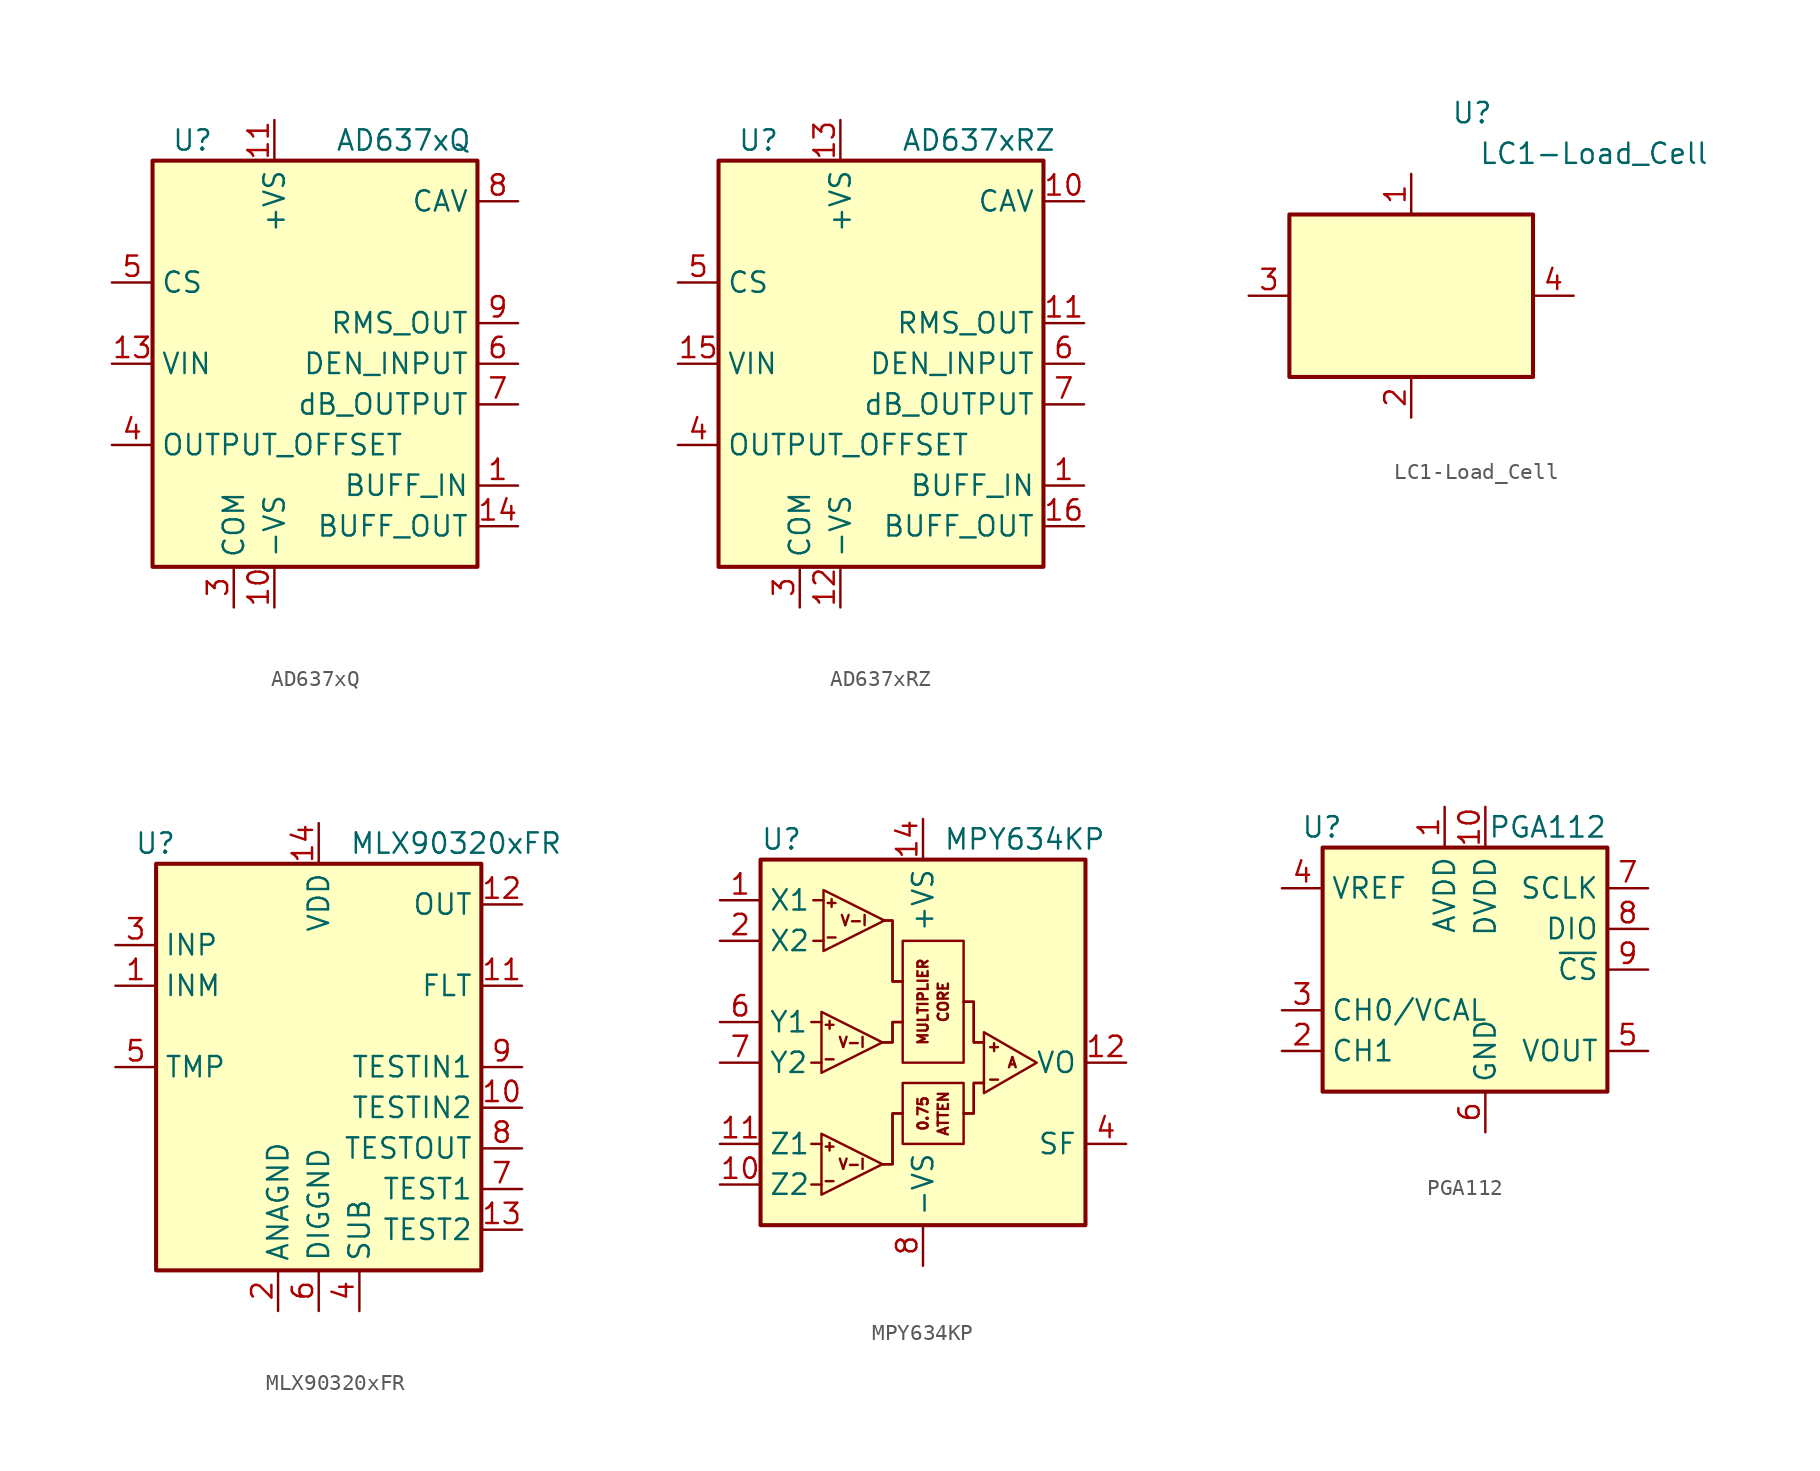
<source format=kicad_sym>
(kicad_symbol_lib
  (version 20211014)
  (generator kicad_symbol_editor)
  (symbol "AD637xQ"
    (property "Reference" "U"
      (at -6.35 13.97 0)
      (effects (font (size 1.27 1.27)) (justify right)))
    (property "Value" "AD637xQ"
      (at 1.27 13.97 0)
      (effects (font (size 1.27 1.27)) (justify left)))
    (symbol "AD637xQ_0_1"
      (rectangle (start -10.16 12.7) (end 10.16 -12.7) (stroke (width 0.254) (type default) (color 0 0 0 0)) (fill (type background))))
    (symbol "AD637xQ_1_1"
      (pin input line (at 12.7 -7.62 180) (length 2.54) (name "BUFF_IN" (effects (font (size 1.27 1.27)))) (number "1" (effects (font (size 1.27 1.27)))))
      (pin power_in line (at -2.54 -15.24 90) (length 2.54) (name "-VS" (effects (font (size 1.27 1.27)))) (number "10" (effects (font (size 1.27 1.27)))))
      (pin power_in line (at -2.54 15.24 270) (length 2.54) (name "+VS" (effects (font (size 1.27 1.27)))) (number "11" (effects (font (size 1.27 1.27)))))
      (pin no_connect line (at -10.16 -7.62 0) (length 2.54) hide (name "NIC" (effects (font (size 1.27 1.27)))) (number "12" (effects (font (size 1.27 1.27)))))
      (pin input line (at -12.7 0 0) (length 2.54) (name "VIN" (effects (font (size 1.27 1.27)))) (number "13" (effects (font (size 1.27 1.27)))))
      (pin output line (at 12.7 -10.16 180) (length 2.54) (name "BUFF_OUT" (effects (font (size 1.27 1.27)))) (number "14" (effects (font (size 1.27 1.27)))))
      (pin no_connect line (at -10.16 7.62 0) (length 2.54) hide (name "NIC" (effects (font (size 1.27 1.27)))) (number "2" (effects (font (size 1.27 1.27)))))
      (pin power_in line (at -5.08 -15.24 90) (length 2.54) (name "COM" (effects (font (size 1.27 1.27)))) (number "3" (effects (font (size 1.27 1.27)))))
      (pin input line (at -12.7 -5.08 0) (length 2.54) (name "OUTPUT_OFFSET" (effects (font (size 1.27 1.27)))) (number "4" (effects (font (size 1.27 1.27)))))
      (pin input line (at -12.7 5.08 0) (length 2.54) (name "CS" (effects (font (size 1.27 1.27)))) (number "5" (effects (font (size 1.27 1.27)))))
      (pin input line (at 12.7 0 180) (length 2.54) (name "DEN_INPUT" (effects (font (size 1.27 1.27)))) (number "6" (effects (font (size 1.27 1.27)))))
      (pin passive line (at 12.7 -2.54 180) (length 2.54) (name "dB_OUTPUT" (effects (font (size 1.27 1.27)))) (number "7" (effects (font (size 1.27 1.27)))))
      (pin passive line (at 12.7 10.16 180) (length 2.54) (name "CAV" (effects (font (size 1.27 1.27)))) (number "8" (effects (font (size 1.27 1.27)))))
      (pin output line (at 12.7 2.54 180) (length 2.54) (name "RMS_OUT" (effects (font (size 1.27 1.27)))) (number "9" (effects (font (size 1.27 1.27)))))))
  (symbol "AD637xRZ"
    (property "Reference" "U"
      (at -6.35 13.97 0)
      (effects (font (size 1.27 1.27)) (justify right)))
    (property "Value" "AD637xRZ"
      (at 1.27 13.97 0)
      (effects (font (size 1.27 1.27)) (justify left)))
    (symbol "AD637xRZ_0_1"
      (rectangle (start -10.16 12.7) (end 10.16 -12.7) (stroke (width 0.254) (type default) (color 0 0 0 0)) (fill (type background))))
    (symbol "AD637xRZ_1_1"
      (pin input line (at 12.7 -7.62 180) (length 2.54) (name "BUFF_IN" (effects (font (size 1.27 1.27)))) (number "1" (effects (font (size 1.27 1.27)))))
      (pin passive line (at 12.7 10.16 180) (length 2.54) (name "CAV" (effects (font (size 1.27 1.27)))) (number "10" (effects (font (size 1.27 1.27)))))
      (pin output line (at 12.7 2.54 180) (length 2.54) (name "RMS_OUT" (effects (font (size 1.27 1.27)))) (number "11" (effects (font (size 1.27 1.27)))))
      (pin power_in line (at -2.54 -15.24 90) (length 2.54) (name "-VS" (effects (font (size 1.27 1.27)))) (number "12" (effects (font (size 1.27 1.27)))))
      (pin power_in line (at -2.54 15.24 270) (length 2.54) (name "+VS" (effects (font (size 1.27 1.27)))) (number "13" (effects (font (size 1.27 1.27)))))
      (pin no_connect line (at -10.16 -7.62 0) (length 2.54) hide (name "NIC" (effects (font (size 1.27 1.27)))) (number "14" (effects (font (size 1.27 1.27)))))
      (pin input line (at -12.7 0 0) (length 2.54) (name "VIN" (effects (font (size 1.27 1.27)))) (number "15" (effects (font (size 1.27 1.27)))))
      (pin output line (at 12.7 -10.16 180) (length 2.54) (name "BUFF_OUT" (effects (font (size 1.27 1.27)))) (number "16" (effects (font (size 1.27 1.27)))))
      (pin no_connect line (at -10.16 7.62 0) (length 2.54) hide (name "NIC" (effects (font (size 1.27 1.27)))) (number "2" (effects (font (size 1.27 1.27)))))
      (pin power_in line (at -5.08 -15.24 90) (length 2.54) (name "COM" (effects (font (size 1.27 1.27)))) (number "3" (effects (font (size 1.27 1.27)))))
      (pin input line (at -12.7 -5.08 0) (length 2.54) (name "OUTPUT_OFFSET" (effects (font (size 1.27 1.27)))) (number "4" (effects (font (size 1.27 1.27)))))
      (pin input line (at -12.7 5.08 0) (length 2.54) (name "CS" (effects (font (size 1.27 1.27)))) (number "5" (effects (font (size 1.27 1.27)))))
      (pin input line (at 12.7 0 180) (length 2.54) (name "DEN_INPUT" (effects (font (size 1.27 1.27)))) (number "6" (effects (font (size 1.27 1.27)))))
      (pin passive line (at 12.7 -2.54 180) (length 2.54) (name "dB_OUTPUT" (effects (font (size 1.27 1.27)))) (number "7" (effects (font (size 1.27 1.27)))))
      (pin no_connect line (at -10.16 2.54 0) (length 2.54) hide (name "NIC" (effects (font (size 1.27 1.27)))) (number "8" (effects (font (size 1.27 1.27)))))
      (pin no_connect line (at -10.16 -2.54 0) (length 2.54) hide (name "NIC" (effects (font (size 1.27 1.27)))) (number "9" (effects (font (size 1.27 1.27)))))))
  (symbol "LC1-Load_Cell"
    (property "Reference" "U"
      (at 3.81 11.43 0)
      (effects (font (size 1.27 1.27))))
    (property "Value" "LC1-Load_Cell"
      (at 11.43 8.89 0)
      (effects (font (size 1.27 1.27))))
    (symbol "LC1-Load_Cell_0_1"
      (rectangle (start -7.62 5.08) (end 7.62 -5.08) (stroke (width 0.254) (type default) (color 0 0 0 0)) (fill (type background))))
    (symbol "LC1-Load_Cell_1_1"
      (pin output line (at 0 7.62 270) (length 2.54) (name "" (effects (font (size 1.27 1.27)))) (number "1" (effects (font (size 1.27 1.27)))))
      (pin output line (at 0 -7.62 90) (length 2.54) (name "" (effects (font (size 1.27 1.27)))) (number "2" (effects (font (size 1.27 1.27)))))
      (pin output line (at -10.16 0 0) (length 2.54) (name "" (effects (font (size 1.27 1.27)))) (number "3" (effects (font (size 1.27 1.27)))))
      (pin output line (at 10.16 0 180) (length 2.54) (name "" (effects (font (size 1.27 1.27)))) (number "4" (effects (font (size 1.27 1.27)))))))
  (symbol "MLX90320xFR"
    (property "Reference" "U"
      (at -8.89 13.97 0)
      (effects (font (size 1.27 1.27)) (justify right)))
    (property "Value" "MLX90320xFR"
      (at 15.24 13.97 0)
      (effects (font (size 1.27 1.27)) (justify right)))
    (symbol "MLX90320xFR_0_1"
      (rectangle (start -10.16 12.7) (end 10.16 -12.7) (stroke (width 0.254) (type default) (color 0 0 0 0)) (fill (type background))))
    (symbol "MLX90320xFR_1_1"
      (pin input line (at -12.7 5.08 0) (length 2.54) (name "INM" (effects (font (size 1.27 1.27)))) (number "1" (effects (font (size 1.27 1.27)))))
      (pin passive line (at 12.7 -2.54 180) (length 2.54) (name "TESTIN2" (effects (font (size 1.27 1.27)))) (number "10" (effects (font (size 1.27 1.27)))))
      (pin output line (at 12.7 5.08 180) (length 2.54) (name "FLT" (effects (font (size 1.27 1.27)))) (number "11" (effects (font (size 1.27 1.27)))))
      (pin bidirectional line (at 12.7 10.16 180) (length 2.54) (name "OUT" (effects (font (size 1.27 1.27)))) (number "12" (effects (font (size 1.27 1.27)))))
      (pin passive line (at 12.7 -10.16 180) (length 2.54) (name "TEST2" (effects (font (size 1.27 1.27)))) (number "13" (effects (font (size 1.27 1.27)))))
      (pin power_in line (at 0 15.24 270) (length 2.54) (name "VDD" (effects (font (size 1.27 1.27)))) (number "14" (effects (font (size 1.27 1.27)))))
      (pin power_in line (at -2.54 -15.24 90) (length 2.54) (name "ANAGND" (effects (font (size 1.27 1.27)))) (number "2" (effects (font (size 1.27 1.27)))))
      (pin input line (at -12.7 7.62 0) (length 2.54) (name "INP" (effects (font (size 1.27 1.27)))) (number "3" (effects (font (size 1.27 1.27)))))
      (pin power_in line (at 2.54 -15.24 90) (length 2.54) (name "SUB" (effects (font (size 1.27 1.27)))) (number "4" (effects (font (size 1.27 1.27)))))
      (pin passive line (at -12.7 0 0) (length 2.54) (name "TMP" (effects (font (size 1.27 1.27)))) (number "5" (effects (font (size 1.27 1.27)))))
      (pin power_in line (at 0 -15.24 90) (length 2.54) (name "DIGGND" (effects (font (size 1.27 1.27)))) (number "6" (effects (font (size 1.27 1.27)))))
      (pin passive line (at 12.7 -7.62 180) (length 2.54) (name "TEST1" (effects (font (size 1.27 1.27)))) (number "7" (effects (font (size 1.27 1.27)))))
      (pin passive line (at 12.7 -5.08 180) (length 2.54) (name "TESTOUT" (effects (font (size 1.27 1.27)))) (number "8" (effects (font (size 1.27 1.27)))))
      (pin passive line (at 12.7 0 180) (length 2.54) (name "TESTIN1" (effects (font (size 1.27 1.27)))) (number "9" (effects (font (size 1.27 1.27)))))))
  (symbol "MPY634KP"
    (property "Reference" "U"
      (at -10.16 13.97 0)
      (effects (font (size 1.27 1.27)) (justify left)))
    (property "Value" "MPY634KP"
      (at 1.27 13.97 0)
      (effects (font (size 1.27 1.27)) (justify left)))
    (symbol "MPY634KP_0_0"
      (polyline (pts (xy -1.27 -3.175) (xy -1.905 -3.175) (xy -1.905 -6.35) (xy -2.54 -6.35)) (stroke (width 0) (type default) (color 0 0 0 0)) (fill (type none)))
      (polyline (pts (xy -1.27 -3.175) (xy -1.905 -3.175) (xy -1.905 -6.35) (xy -2.54 -6.35)) (stroke (width 0) (type default) (color 0 0 0 0)) (fill (type none)))
      (polyline (pts (xy -1.27 2.54) (xy -1.905 2.54) (xy -1.905 1.27) (xy -2.54 1.27)) (stroke (width 0) (type default) (color 0 0 0 0)) (fill (type none)))
      (polyline (pts (xy -1.27 2.54) (xy -1.905 2.54) (xy -1.905 1.27) (xy -2.54 1.27)) (stroke (width 0) (type default) (color 0 0 0 0)) (fill (type none)))
      (polyline (pts (xy -1.27 5.08) (xy -1.905 5.08) (xy -1.905 8.89) (xy -2.54 8.89)) (stroke (width 0) (type default) (color 0 0 0 0)) (fill (type none)))
      (polyline (pts (xy -1.27 5.08) (xy -1.905 5.08) (xy -1.905 8.89) (xy -2.54 8.89)) (stroke (width 0) (type default) (color 0 0 0 0)) (fill (type none)))
      (polyline (pts (xy 3.81 -1.27) (xy 3.175 -1.27) (xy 3.175 -3.175) (xy 2.54 -3.175)) (stroke (width 0) (type default) (color 0 0 0 0)) (fill (type none)))
      (polyline (pts (xy 3.81 -1.27) (xy 3.175 -1.27) (xy 3.175 -3.175) (xy 2.54 -3.175)) (stroke (width 0) (type default) (color 0 0 0 0)) (fill (type none)))
      (polyline (pts (xy 3.81 1.27) (xy 3.175 1.27) (xy 3.175 3.81) (xy 2.54 3.81)) (stroke (width 0) (type default) (color 0 0 0 0)) (fill (type none)))
      (polyline (pts (xy 3.81 1.27) (xy 3.175 1.27) (xy 3.175 3.81) (xy 2.54 3.81)) (stroke (width 0) (type default) (color 0 0 0 0)) (fill (type none)))
      (text "+" (at -5.842 -5.207 0) (effects (font (size 0.635 0.635))))
      (text "+" (at -5.842 2.413 0) (effects (font (size 0.635 0.635))))
      (text "+" (at -5.715 10.033 0) (effects (font (size 0.635 0.635))))
      (text "+" (at 4.445 1.016 0) (effects (font (size 0.635 0.635))))
      (text "-" (at -5.842 -7.366 0) (effects (font (size 0.635 0.635))))
      (text "-" (at -5.842 0.254 0) (effects (font (size 0.635 0.635))))
      (text "-" (at -5.715 7.874 0) (effects (font (size 0.635 0.635))))
      (text "-" (at 4.445 -1.016 0) (effects (font (size 0.635 0.635))))
      (text "A" (at 5.588 0 0) (effects (font (size 0.635 0.635))))
      (text "V-I" (at -4.445 -6.35 0) (effects (font (size 0.635 0.635))))
      (text "V-I" (at -4.445 1.27 0) (effects (font (size 0.635 0.635))))
      (text "V-I" (at -4.318 8.89 0) (effects (font (size 0.635 0.635)))))
    (symbol "MPY634KP_0_1"
      (rectangle (start -10.16 12.7) (end 10.16 -10.16) (stroke (width 0.254) (type default) (color 0 0 0 0)) (fill (type background)))
      (rectangle (start -1.27 -1.27) (end 2.54 -5.08) (stroke (width 0) (type default) (color 0 0 0 0)) (fill (type none)))
      (rectangle (start -1.27 7.62) (end 2.54 0) (stroke (width 0) (type default) (color 0 0 0 0)) (fill (type none)))
      (polyline (pts (xy -6.985 -7.62) (xy -6.35 -7.62)) (stroke (width 0) (type default) (color 0 0 0 0)) (fill (type none)))
      (polyline (pts (xy -6.985 -5.08) (xy -6.35 -5.08)) (stroke (width 0) (type default) (color 0 0 0 0)) (fill (type none)))
      (polyline (pts (xy -6.985 0) (xy -6.35 0)) (stroke (width 0) (type default) (color 0 0 0 0)) (fill (type none)))
      (polyline (pts (xy -6.985 2.54) (xy -6.35 2.54)) (stroke (width 0) (type default) (color 0 0 0 0)) (fill (type none)))
      (polyline (pts (xy -6.858 7.62) (xy -6.223 7.62)) (stroke (width 0) (type default) (color 0 0 0 0)) (fill (type none)))
      (polyline (pts (xy -6.858 10.16) (xy -6.223 10.16)) (stroke (width 0) (type default) (color 0 0 0 0)) (fill (type none)))
      (polyline (pts (xy -6.35 -4.445) (xy -6.35 -8.255) (xy -2.54 -6.35) (xy -6.35 -4.445)) (stroke (width 0) (type default) (color 0 0 0 0)) (fill (type none)))
      (polyline (pts (xy -6.35 3.175) (xy -6.35 -0.635) (xy -2.54 1.27) (xy -6.35 3.175)) (stroke (width 0) (type default) (color 0 0 0 0)) (fill (type none)))
      (polyline (pts (xy -6.223 10.795) (xy -6.223 6.985) (xy -2.413 8.89) (xy -6.223 10.795)) (stroke (width 0) (type default) (color 0 0 0 0)) (fill (type none)))
      (polyline (pts (xy 3.81 1.905) (xy 3.81 -1.905) (xy 7.112 0) (xy 3.81 1.905)) (stroke (width 0) (type default) (color 0 0 0 0)) (fill (type none))))
    (symbol "MPY634KP_1_0"
      (text "0.75" (at 0 -3.175 900) (effects (font (size 0.635 0.635))))
      (text "ATTEN" (at 1.27 -3.175 900) (effects (font (size 0.635 0.635))))
      (text "CORE" (at 1.27 3.81 900) (effects (font (size 0.635 0.635))))
      (text "MULTIPLIER" (at 0 3.81 900) (effects (font (size 0.635 0.635)))))
    (symbol "MPY634KP_1_1"
      (pin input line (at -12.7 10.16 0) (length 2.54) (name "X1" (effects (font (size 1.27 1.27)))) (number "1" (effects (font (size 1.27 1.27)))))
      (pin input line (at -12.7 -7.62 0) (length 2.54) (name "Z2" (effects (font (size 1.27 1.27)))) (number "10" (effects (font (size 1.27 1.27)))))
      (pin input line (at -12.7 -5.08 0) (length 2.54) (name "Z1" (effects (font (size 1.27 1.27)))) (number "11" (effects (font (size 1.27 1.27)))))
      (pin output line (at 12.7 0 180) (length 2.54) (name "VO" (effects (font (size 1.27 1.27)))) (number "12" (effects (font (size 1.27 1.27)))))
      (pin no_connect line (at 10.16 2.54 180) (length 2.54) hide (name "NC" (effects (font (size 1.27 1.27)))) (number "13" (effects (font (size 1.27 1.27)))))
      (pin power_in line (at 0 15.24 270) (length 2.54) (name "+VS" (effects (font (size 1.27 1.27)))) (number "14" (effects (font (size 1.27 1.27)))))
      (pin input line (at -12.7 7.62 0) (length 2.54) (name "X2" (effects (font (size 1.27 1.27)))) (number "2" (effects (font (size 1.27 1.27)))))
      (pin no_connect line (at 10.16 10.16 180) (length 2.54) hide (name "NC" (effects (font (size 1.27 1.27)))) (number "3" (effects (font (size 1.27 1.27)))))
      (pin passive line (at 12.7 -5.08 180) (length 2.54) (name "SF" (effects (font (size 1.27 1.27)))) (number "4" (effects (font (size 1.27 1.27)))))
      (pin no_connect line (at 10.16 7.62 180) (length 2.54) hide (name "NC" (effects (font (size 1.27 1.27)))) (number "5" (effects (font (size 1.27 1.27)))))
      (pin input line (at -12.7 2.54 0) (length 2.54) (name "Y1" (effects (font (size 1.27 1.27)))) (number "6" (effects (font (size 1.27 1.27)))))
      (pin input line (at -12.7 0 0) (length 2.54) (name "Y2" (effects (font (size 1.27 1.27)))) (number "7" (effects (font (size 1.27 1.27)))))
      (pin power_in line (at 0 -12.7 90) (length 2.54) (name "-VS" (effects (font (size 1.27 1.27)))) (number "8" (effects (font (size 1.27 1.27)))))
      (pin no_connect line (at 10.16 5.08 180) (length 2.54) hide (name "NC" (effects (font (size 1.27 1.27)))) (number "9" (effects (font (size 1.27 1.27)))))))
  (symbol "PGA112"
    (property "Reference" "U"
      (at -8.89 8.89 0)
      (effects (font (size 1.27 1.27)) (justify right)))
    (property "Value" "PGA112"
      (at 7.62 8.89 0)
      (effects (font (size 1.27 1.27)) (justify right)))
    (symbol "PGA112_0_1"
      (rectangle (start -10.16 7.62) (end 7.62 -7.62) (stroke (width 0.254) (type default) (color 0 0 0 0)) (fill (type background))))
    (symbol "PGA112_1_1"
      (pin power_in line (at -2.54 10.16 270) (length 2.54) (name "AVDD" (effects (font (size 1.27 1.27)))) (number "1" (effects (font (size 1.27 1.27)))))
      (pin power_in line (at 0 10.16 270) (length 2.54) (name "DVDD" (effects (font (size 1.27 1.27)))) (number "10" (effects (font (size 1.27 1.27)))))
      (pin input line (at -12.7 -5.08 0) (length 2.54) (name "CH1" (effects (font (size 1.27 1.27)))) (number "2" (effects (font (size 1.27 1.27)))))
      (pin input line (at -12.7 -2.54 0) (length 2.54) (name "CH0/VCAL" (effects (font (size 1.27 1.27)))) (number "3" (effects (font (size 1.27 1.27)))))
      (pin input line (at -12.7 5.08 0) (length 2.54) (name "VREF" (effects (font (size 1.27 1.27)))) (number "4" (effects (font (size 1.27 1.27)))))
      (pin output line (at 10.16 -5.08 180) (length 2.54) (name "VOUT" (effects (font (size 1.27 1.27)))) (number "5" (effects (font (size 1.27 1.27)))))
      (pin power_in line (at 0 -10.16 90) (length 2.54) (name "GND" (effects (font (size 1.27 1.27)))) (number "6" (effects (font (size 1.27 1.27)))))
      (pin input line (at 10.16 5.08 180) (length 2.54) (name "SCLK" (effects (font (size 1.27 1.27)))) (number "7" (effects (font (size 1.27 1.27)))))
      (pin bidirectional line (at 10.16 2.54 180) (length 2.54) (name "DIO" (effects (font (size 1.27 1.27)))) (number "8" (effects (font (size 1.27 1.27)))))
      (pin input line (at 10.16 0 180) (length 2.54) (name "~{CS}" (effects (font (size 1.27 1.27)))) (number "9" (effects (font (size 1.27 1.27))))))))
</source>
